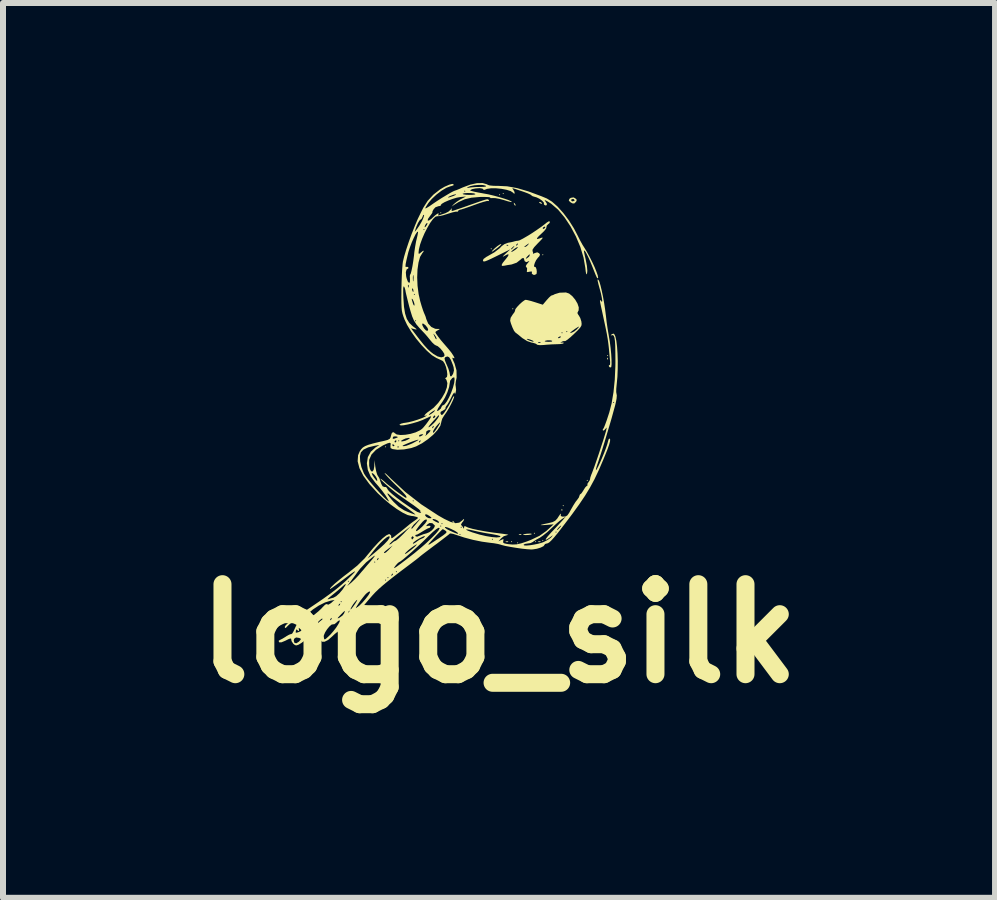
<source format=kicad_pcb>
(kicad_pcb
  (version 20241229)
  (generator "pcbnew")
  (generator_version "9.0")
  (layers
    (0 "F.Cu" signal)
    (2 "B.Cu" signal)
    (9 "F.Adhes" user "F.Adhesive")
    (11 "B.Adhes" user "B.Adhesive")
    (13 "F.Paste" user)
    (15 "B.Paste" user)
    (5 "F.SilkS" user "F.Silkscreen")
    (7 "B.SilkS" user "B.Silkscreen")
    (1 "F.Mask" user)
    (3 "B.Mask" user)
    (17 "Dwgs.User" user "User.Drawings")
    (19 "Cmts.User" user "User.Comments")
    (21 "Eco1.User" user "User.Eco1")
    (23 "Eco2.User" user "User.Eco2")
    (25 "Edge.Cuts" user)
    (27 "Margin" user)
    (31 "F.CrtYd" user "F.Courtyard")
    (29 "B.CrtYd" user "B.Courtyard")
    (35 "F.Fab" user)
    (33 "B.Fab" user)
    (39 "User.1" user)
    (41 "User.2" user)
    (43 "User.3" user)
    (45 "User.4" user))
  (footprint "logo_silk"
    (layer "F.Cu")
    (at 5.264 3.705)
    (property "Reference" "logo_silk" (at 0 3.8 0) (layer "F.SilkS") (effects (font (size 1.5 1.5) (thickness 0.3))))
    (attr board_only exclude_from_pos_files exclude_from_bom)
    (fp_poly (pts (xy -1.88 0.69) (xy -1.89 0.7) (xy -1.9 0.69) (xy -1.89 0.68)) (stroke (width 0) (type solid)) (fill yes) (layer "F.SilkS"))
    (fp_poly (pts (xy -1.3 1.77) (xy -1.31 1.78) (xy -1.32 1.77) (xy -1.31 1.76)) (stroke (width 0) (type solid)) (fill yes) (layer "F.SilkS"))
    (fp_poly (pts (xy -0.96 -3.21) (xy -0.97 -3.2) (xy -0.98 -3.21) (xy -0.97 -3.22)) (stroke (width 0) (type solid)) (fill yes) (layer "F.SilkS"))
    (fp_poly (pts (xy -0.12 -2.61) (xy -0.13 -2.6) (xy -0.14 -2.61) (xy -0.13 -2.62)) (stroke (width 0) (type solid)) (fill yes) (layer "F.SilkS"))
    (fp_poly (pts (xy 0.02 -3.51) (xy 0.01 -3.5) (xy 0 -3.51) (xy 0.01 -3.52)) (stroke (width 0) (type solid)) (fill yes) (layer "F.SilkS"))
    (fp_poly (pts (xy 0.08 -3.53) (xy 0.07 -3.52) (xy 0.06 -3.53) (xy 0.07 -3.54)) (stroke (width 0) (type solid)) (fill yes) (layer "F.SilkS"))
    (fp_poly (pts (xy 0.22 2.27) (xy 0.21 2.28) (xy 0.2 2.27) (xy 0.21 2.26)) (stroke (width 0) (type solid)) (fill yes) (layer "F.SilkS"))
    (fp_poly (pts (xy 0.24 -1.61) (xy 0.23 -1.6) (xy 0.22 -1.61) (xy 0.23 -1.62)) (stroke (width 0) (type solid)) (fill yes) (layer "F.SilkS"))
    (fp_poly (pts (xy 0.32 2.29) (xy 0.31 2.3) (xy 0.3 2.29) (xy 0.31 2.28)) (stroke (width 0) (type solid)) (fill yes) (layer "F.SilkS"))
    (fp_poly (pts (xy 0.6 2.13) (xy 0.59 2.14) (xy 0.58 2.13) (xy 0.59 2.12)) (stroke (width 0) (type solid)) (fill yes) (layer "F.SilkS"))
    (fp_poly (pts (xy 0.62 2.27) (xy 0.61 2.28) (xy 0.6 2.27) (xy 0.61 2.26)) (stroke (width 0) (type solid)) (fill yes) (layer "F.SilkS"))
    (fp_poly (pts (xy 0.74 -2.51) (xy 0.73 -2.5) (xy 0.72 -2.51) (xy 0.73 -2.52)) (stroke (width 0) (type solid)) (fill yes) (layer "F.SilkS"))
    (fp_poly (pts (xy 0.74 2.25) (xy 0.73 2.26) (xy 0.72 2.25) (xy 0.73 2.24)) (stroke (width 0) (type solid)) (fill yes) (layer "F.SilkS"))
    (fp_poly (pts (xy 1.08 1.67) (xy 1.07 1.68) (xy 1.06 1.67) (xy 1.07 1.66)) (stroke (width 0) (type solid)) (fill yes) (layer "F.SilkS"))
    (fp_poly (pts (xy 1.48 1.25) (xy 1.47 1.26) (xy 1.46 1.25) (xy 1.47 1.24)) (stroke (width 0) (type solid)) (fill yes) (layer "F.SilkS"))
    (fp_poly (pts (xy 1.82 -0.83) (xy 1.81 -0.82) (xy 1.8 -0.83) (xy 1.81 -0.84)) (stroke (width 0) (type solid)) (fill yes) (layer "F.SilkS"))
    (fp_poly (pts (xy 0.155 2.268) (xy 0.149 2.277) (xy 0.128 2.278) (xy 0.107 2.274) (xy 0.116 2.266) (xy 0.148 2.264)) (stroke (width 0) (type solid)) (fill yes) (layer "F.SilkS"))
    (fp_poly (pts (xy 0.375 2.148) (xy 0.369 2.157) (xy 0.348 2.158) (xy 0.327 2.154) (xy 0.336 2.146) (xy 0.368 2.144)) (stroke (width 0) (type solid)) (fill yes) (layer "F.SilkS"))
    (fp_poly (pts (xy 0.695 2.268) (xy 0.689 2.277) (xy 0.668 2.278) (xy 0.647 2.274) (xy 0.656 2.266) (xy 0.688 2.264)) (stroke (width 0) (type solid)) (fill yes) (layer "F.SilkS"))
    (fp_poly (pts (xy 1.053 1.727) (xy 1.056 1.75) (xy 1.053 1.753) (xy 1.041 1.751) (xy 1.04 1.74) (xy 1.047 1.724)) (stroke (width 0) (type solid)) (fill yes) (layer "F.SilkS"))
    (fp_poly (pts (xy 1.813 -0.793) (xy 1.816 -0.77) (xy 1.813 -0.767) (xy 1.801 -0.769) (xy 1.8 -0.78) (xy 1.807 -0.796)) (stroke (width 0) (type solid)) (fill yes) (layer "F.SilkS"))
    (fp_poly (pts (xy -0.763 1.928) (xy -0.742 1.948) (xy -0.746 1.96) (xy -0.749 1.96) (xy -0.766 1.946) (xy -0.772 1.937) (xy -0.774 1.923)) (stroke (width 0) (type solid)) (fill yes) (layer "F.SilkS"))
    (fp_poly (pts (xy 0.26 -3.368) (xy 0.262 -3.365) (xy 0.278 -3.339) (xy 0.276 -3.329) (xy 0.261 -3.335) (xy 0.251 -3.354) (xy 0.245 -3.378)) (stroke (width 0) (type solid)) (fill yes) (layer "F.SilkS"))
    (fp_poly (pts (xy 0.689 -3.388) (xy 0.717 -3.371) (xy 0.712 -3.361) (xy 0.701 -3.36) (xy 0.674 -3.375) (xy 0.67 -3.38) (xy 0.673 -3.391)) (stroke (width 0) (type solid)) (fill yes) (layer "F.SilkS"))
    (fp_poly (pts (xy 0.547 2.141) (xy 0.547 2.145) (xy 0.525 2.153) (xy 0.483 2.159) (xy 0.438 2.16) (xy 0.406 2.157) (xy 0.4 2.152) (xy 0.418 2.145) (xy 0.462 2.138) (xy 0.478 2.137) (xy 0.525 2.135)) (stroke (width 0) (type solid)) (fill yes) (layer "F.SilkS"))
    (fp_poly (pts (xy 0.039 -2.686) (xy 0.024 -2.667) (xy -0.015 -2.633) (xy -0.056 -2.602) (xy -0.104 -2.568) (xy -0.122 -2.561) (xy -0.11 -2.579) (xy -0.11 -2.579) (xy -0.071 -2.618) (xy -0.028 -2.654) (xy 0.011 -2.68) (xy 0.035 -2.69)) (stroke (width 0) (type solid)) (fill yes) (layer "F.SilkS"))
    (fp_poly (pts (xy 1.271 -3.451) (xy 1.296 -3.426) (xy 1.288 -3.4) (xy 1.282 -3.392) (xy 1.254 -3.365) (xy 1.225 -3.366) (xy 1.195 -3.382) (xy 1.163 -3.411) (xy 1.166 -3.42) (xy 1.2 -3.42) (xy 1.216 -3.402) (xy 1.23 -3.4) (xy 1.257 -3.411) (xy 1.26 -3.42) (xy 1.244 -3.438) (xy 1.23 -3.44) (xy 1.203 -3.429) (xy 1.2 -3.42) (xy 1.166 -3.42) (xy 1.172 -3.441) (xy 1.197 -3.459) (xy 1.242 -3.466)) (stroke (width 0) (type solid)) (fill yes) (layer "F.SilkS"))
    (fp_poly (pts (xy 1.66 -2.088) (xy 1.674 -2.058) (xy 1.692 -1.996) (xy 1.712 -1.912) (xy 1.733 -1.812) (xy 1.752 -1.705) (xy 1.768 -1.6) (xy 1.78 -1.505) (xy 1.781 -1.5) (xy 1.793 -1.393) (xy 1.81 -1.275) (xy 1.828 -1.171) (xy 1.828 -1.17) (xy 1.846 -1.065) (xy 1.86 -0.956) (xy 1.87 -0.852) (xy 1.875 -0.76) (xy 1.876 -0.688) (xy 1.871 -0.643) (xy 1.865 -0.633) (xy 1.842 -0.637) (xy 1.832 -0.651) (xy 1.831 -0.672) (xy 1.84 -0.67) (xy 1.85 -0.68) (xy 1.852 -0.722) (xy 1.85 -0.744) (xy 1.844 -0.812) (xy 1.836 -0.898) (xy 1.83 -0.96) (xy 1.822 -1.031) (xy 1.811 -1.11) (xy 1.795 -1.201) (xy 1.772 -1.314) (xy 1.742 -1.454) (xy 1.721 -1.552) (xy 1.699 -1.651) (xy 1.686 -1.715) (xy 1.682 -1.749) (xy 1.685 -1.758) (xy 1.696 -1.746) (xy 1.7 -1.74) (xy 1.716 -1.725) (xy 1.72 -1.745) (xy 1.713 -1.796) (xy 1.697 -1.872) (xy 1.68 -1.935) (xy 1.657 -2.019) (xy 1.645 -2.071) (xy 1.642 -2.095) (xy 1.648 -2.098)) (stroke (width 0) (type solid)) (fill yes) (layer "F.SilkS"))
    (fp_poly (pts (xy 1.168 -1.864) (xy 1.221 -1.821) (xy 1.27 -1.762) (xy 1.308 -1.697) (xy 1.329 -1.634) (xy 1.327 -1.583) (xy 1.319 -1.569) (xy 1.306 -1.54) (xy 1.323 -1.507) (xy 1.328 -1.502) (xy 1.354 -1.457) (xy 1.373 -1.397) (xy 1.373 -1.393) (xy 1.377 -1.357) (xy 1.372 -1.327) (xy 1.352 -1.295) (xy 1.313 -1.252) (xy 1.25 -1.191) (xy 1.189 -1.135) (xy 1.139 -1.094) (xy 1.106 -1.073) (xy 1.097 -1.072) (xy 1.069 -1.071) (xy 1.045 -1.06) (xy 1.021 -1.043) (xy 1.031 -1.044) (xy 1.045 -1.048) (xy 1.074 -1.048) (xy 1.08 -1.039) (xy 1.062 -1.029) (xy 1.015 -1.022) (xy 0.965 -1.02) (xy 0.877 -1.017) (xy 0.786 -1.011) (xy 0.748 -1.007) (xy 0.683 -1.004) (xy 0.642 -1.009) (xy 0.633 -1.015) (xy 0.607 -1.031) (xy 0.558 -1.045) (xy 0.556 -1.045) (xy 0.649 -1.045) (xy 0.668 -1.042) (xy 0.694 -1.045) (xy 0.695 -1.052) (xy 0.668 -1.057) (xy 0.656 -1.054) (xy 0.649 -1.045) (xy 0.556 -1.045) (xy 0.542 -1.047) (xy 0.469 -1.072) (xy 0.415 -1.106) (xy 0.461 -1.106) (xy 0.482 -1.091) (xy 0.505 -1.081) (xy 0.559 -1.063) (xy 0.58 -1.066) (xy 0.58 -1.068) (xy 0.76 -1.068) (xy 0.778 -1.063) (xy 0.822 -1.06) (xy 0.835 -1.06) (xy 0.88 -1.064) (xy 0.888 -1.074) (xy 0.884 -1.077) (xy 0.853 -1.085) (xy 0.81 -1.085) (xy 0.773 -1.078) (xy 0.76 -1.068) (xy 0.58 -1.068) (xy 0.58 -1.068) (xy 0.563 -1.079) (xy 0.523 -1.096) (xy 0.52 -1.097) (xy 0.475 -1.109) (xy 0.461 -1.106) (xy 0.415 -1.106) (xy 0.392 -1.12) (xy 0.38 -1.13) (xy 0.378 -1.131) (xy 0.983 -1.131) (xy 0.988 -1.121) (xy 0.999 -1.12) (xy 1.026 -1.135) (xy 1.03 -1.14) (xy 1.027 -1.151) (xy 1.011 -1.148) (xy 0.983 -1.131) (xy 0.378 -1.131) (xy 0.329 -1.172) (xy 0.288 -1.204) (xy 0.28 -1.21) (xy 1.04 -1.21) (xy 1.05 -1.2) (xy 1.057 -1.207) (xy 1.187 -1.207) (xy 1.213 -1.213) (xy 1.257 -1.235) (xy 1.302 -1.273) (xy 1.303 -1.275) (xy 1.331 -1.306) (xy 1.332 -1.314) (xy 1.31 -1.303) (xy 1.265 -1.274) (xy 1.22 -1.241) (xy 1.188 -1.215) (xy 1.187 -1.207) (xy 1.057 -1.207) (xy 1.06 -1.21) (xy 1.05 -1.22) (xy 1.04 -1.21) (xy 0.28 -1.21) (xy 0.273 -1.215) (xy 0.261 -1.23) (xy 1.12 -1.23) (xy 1.13 -1.22) (xy 1.14 -1.23) (xy 1.13 -1.24) (xy 1.12 -1.23) (xy 0.261 -1.23) (xy 0.25 -1.244) (xy 0.224 -1.299) (xy 0.199 -1.365) (xy 0.186 -1.411) (xy 0.194 -1.46) (xy 0.228 -1.514) (xy 0.258 -1.554) (xy 0.269 -1.581) (xy 0.268 -1.585) (xy 0.274 -1.605) (xy 0.301 -1.64) (xy 0.341 -1.683) (xy 0.385 -1.723) (xy 0.423 -1.751) (xy 0.444 -1.76) (xy 0.478 -1.754) (xy 0.537 -1.739) (xy 0.602 -1.719) (xy 0.73 -1.678) (xy 0.794 -1.754) (xy 0.834 -1.798) (xy 0.865 -1.826) (xy 0.874 -1.831) (xy 0.903 -1.84) (xy 0.93 -1.854) (xy 1.009 -1.878) (xy 1.116 -1.882)) (stroke (width 0) (type solid)) (fill yes) (layer "F.SilkS"))
    (fp_poly (pts (xy 0.848 -3.063) (xy 0.843 -3.039) (xy 0.821 -3.021) (xy 0.794 -2.994) (xy 0.792 -2.973) (xy 0.784 -2.945) (xy 0.752 -2.905) (xy 0.726 -2.88) (xy 0.664 -2.822) (xy 0.633 -2.786) (xy 0.636 -2.772) (xy 0.67 -2.78) (xy 0.67 -2.78) (xy 0.712 -2.795) (xy 0.729 -2.795) (xy 0.72 -2.778) (xy 0.685 -2.74) (xy 0.643 -2.697) (xy 0.586 -2.636) (xy 0.559 -2.595) (xy 0.559 -2.571) (xy 0.56 -2.57) (xy 0.569 -2.541) (xy 0.565 -2.53) (xy 0.568 -2.526) (xy 0.595 -2.538) (xy 0.637 -2.551) (xy 0.668 -2.536) (xy 0.668 -2.536) (xy 0.683 -2.514) (xy 0.674 -2.488) (xy 0.645 -2.456) (xy 0.618 -2.419) (xy 0.597 -2.375) (xy 0.585 -2.335) (xy 0.585 -2.31) (xy 0.599 -2.309) (xy 0.613 -2.301) (xy 0.625 -2.269) (xy 0.63 -2.228) (xy 0.626 -2.194) (xy 0.623 -2.189) (xy 0.595 -2.175) (xy 0.574 -2.176) (xy 0.547 -2.194) (xy 0.548 -2.212) (xy 0.548 -2.231) (xy 0.519 -2.23) (xy 0.506 -2.227) (xy 0.47 -2.221) (xy 0.462 -2.235) (xy 0.467 -2.25) (xy 0.468 -2.289) (xy 0.456 -2.302) (xy 0.446 -2.321) (xy 0.464 -2.354) (xy 0.481 -2.373) (xy 0.504 -2.402) (xy 0.503 -2.407) (xy 0.496 -2.403) (xy 0.455 -2.387) (xy 0.427 -2.404) (xy 0.42 -2.431) (xy 0.412 -2.452) (xy 0.447 -2.452) (xy 0.452 -2.447) (xy 0.465 -2.451) (xy 0.499 -2.477) (xy 0.508 -2.492) (xy 0.514 -2.517) (xy 0.5 -2.511) (xy 0.469 -2.479) (xy 0.447 -2.452) (xy 0.412 -2.452) (xy 0.409 -2.457) (xy 0.383 -2.451) (xy 0.359 -2.429) (xy 0.294 -2.378) (xy 0.211 -2.349) (xy 0.2 -2.347) (xy 0.14 -2.338) (xy 0.095 -2.329) (xy 0.055 -2.324) (xy 0.043 -2.337) (xy 0.06 -2.372) (xy 0.106 -2.43) (xy 0.112 -2.436) (xy 0.151 -2.488) (xy 0.161 -2.515) (xy 0.14 -2.516) (xy 0.089 -2.49) (xy 0.084 -2.487) (xy 0.062 -2.477) (xy 0.07 -2.49) (xy 0.109 -2.528) (xy 0.11 -2.528) (xy 0.147 -2.562) (xy 0.204 -2.562) (xy 0.206 -2.556) (xy 0.231 -2.567) (xy 0.271 -2.593) (xy 0.29 -2.608) (xy 0.313 -2.63) (xy 0.31 -2.639) (xy 0.283 -2.627) (xy 0.241 -2.597) (xy 0.23 -2.588) (xy 0.204 -2.562) (xy 0.147 -2.562) (xy 0.19 -2.602) (xy 0.08 -2.547) (xy -0.038 -2.489) (xy -0.124 -2.447) (xy -0.185 -2.419) (xy -0.225 -2.403) (xy -0.249 -2.398) (xy -0.261 -2.401) (xy -0.268 -2.411) (xy -0.268 -2.412) (xy -0.258 -2.44) (xy -0.21 -2.475) (xy -0.195 -2.483) (xy -0.075 -2.552) (xy 0.004 -2.613) (xy 0.204 -2.613) (xy 0.204 -2.6) (xy 0.208 -2.6) (xy 0.224 -2.614) (xy 0.243 -2.635) (xy 0.25 -2.646) (xy 0.422 -2.646) (xy 0.428 -2.64) (xy 0.434 -2.64) (xy 0.462 -2.654) (xy 0.483 -2.675) (xy 0.5 -2.698) (xy 0.49 -2.695) (xy 0.47 -2.681) (xy 0.436 -2.656) (xy 0.422 -2.646) (xy 0.25 -2.646) (xy 0.26 -2.659) (xy 0.249 -2.654) (xy 0.235 -2.643) (xy 0.204 -2.613) (xy 0.004 -2.613) (xy 0.015 -2.622) (xy 0.045 -2.654) (xy 0.071 -2.673) (xy 0.127 -2.673) (xy 0.129 -2.661) (xy 0.14 -2.66) (xy 0.143 -2.661) (xy 0.285 -2.661) (xy 0.288 -2.66) (xy 0.306 -2.674) (xy 0.31 -2.68) (xy 0.315 -2.699) (xy 0.312 -2.7) (xy 0.294 -2.686) (xy 0.29 -2.68) (xy 0.285 -2.661) (xy 0.143 -2.661) (xy 0.156 -2.667) (xy 0.153 -2.673) (xy 0.13 -2.676) (xy 0.127 -2.673) (xy 0.071 -2.673) (xy 0.09 -2.687) (xy 0.149 -2.71) (xy 0.156 -2.711) (xy 0.213 -2.722) (xy 0.256 -2.733) (xy 0.26 -2.735) (xy 0.301 -2.743) (xy 0.314 -2.743) (xy 0.343 -2.751) (xy 0.398 -2.779) (xy 0.469 -2.82) (xy 0.55 -2.87) (xy 0.632 -2.925) (xy 0.682 -2.96) (xy 0.73 -2.96) (xy 0.731 -2.942) (xy 0.738 -2.94) (xy 0.766 -2.955) (xy 0.77 -2.96) (xy 0.769 -2.978) (xy 0.762 -2.98) (xy 0.734 -2.965) (xy 0.73 -2.96) (xy 0.682 -2.96) (xy 0.709 -2.979) (xy 0.773 -3.028) (xy 0.793 -3.045) (xy 0.83 -3.068)) (stroke (width 0) (type solid)) (fill yes) (layer "F.SilkS"))
    (fp_poly (pts (xy -0.2 -3.684) (xy -0.184 -3.674) (xy -0.153 -3.665) (xy -0.093 -3.659) (xy -0.019 -3.658) (xy -0.013 -3.658) (xy 0.135 -3.651) (xy 0.302 -3.621) (xy 0.49 -3.566) (xy 0.703 -3.487) (xy 0.797 -3.448) (xy 0.882 -3.396) (xy 0.975 -3.314) (xy 1.071 -3.207) (xy 1.164 -3.084) (xy 1.249 -2.949) (xy 1.311 -2.83) (xy 1.35 -2.752) (xy 1.393 -2.674) (xy 1.421 -2.63) (xy 1.464 -2.56) (xy 1.509 -2.477) (xy 1.554 -2.388) (xy 1.594 -2.302) (xy 1.625 -2.224) (xy 1.646 -2.164) (xy 1.652 -2.128) (xy 1.65 -2.123) (xy 1.643 -2.118) (xy 1.636 -2.122) (xy 1.626 -2.14) (xy 1.609 -2.178) (xy 1.583 -2.243) (xy 1.552 -2.321) (xy 1.516 -2.408) (xy 1.481 -2.484) (xy 1.452 -2.541) (xy 1.44 -2.561) (xy 1.423 -2.58) (xy 1.415 -2.582) (xy 1.417 -2.559) (xy 1.427 -2.508) (xy 1.444 -2.433) (xy 1.465 -2.324) (xy 1.472 -2.243) (xy 1.468 -2.204) (xy 1.46 -2.183) (xy 1.453 -2.191) (xy 1.445 -2.232) (xy 1.438 -2.295) (xy 1.409 -2.462) (xy 1.356 -2.638) (xy 1.282 -2.814) (xy 1.193 -2.981) (xy 1.092 -3.133) (xy 0.985 -3.261) (xy 0.874 -3.357) (xy 0.87 -3.36) (xy 0.813 -3.397) (xy 0.775 -3.417) (xy 0.76 -3.418) (xy 0.773 -3.399) (xy 0.776 -3.396) (xy 0.797 -3.362) (xy 0.796 -3.337) (xy 0.773 -3.332) (xy 0.769 -3.333) (xy 0.748 -3.349) (xy 0.749 -3.356) (xy 0.748 -3.378) (xy 0.721 -3.409) (xy 0.678 -3.441) (xy 0.63 -3.465) (xy 0.607 -3.472) (xy 0.562 -3.485) (xy 0.54 -3.499) (xy 0.54 -3.501) (xy 0.522 -3.514) (xy 0.476 -3.535) (xy 0.411 -3.559) (xy 0.405 -3.561) (xy 0.333 -3.585) (xy 0.274 -3.605) (xy 0.24 -3.616) (xy 0.24 -3.616) (xy 0.221 -3.619) (xy 0.233 -3.601) (xy 0.235 -3.599) (xy 0.257 -3.56) (xy 0.26 -3.542) (xy 0.256 -3.524) (xy 0.24 -3.538) (xy 0.235 -3.544) (xy 0.195 -3.571) (xy 0.126 -3.593) (xy 0.041 -3.609) (xy -0.05 -3.618) (xy -0.134 -3.618) (xy -0.2 -3.608) (xy -0.221 -3.599) (xy -0.253 -3.589) (xy -0.26 -3.599) (xy -0.277 -3.613) (xy -0.32 -3.62) (xy -0.325 -3.62) (xy -0.391 -3.615) (xy -0.446 -3.604) (xy -0.477 -3.589) (xy -0.48 -3.582) (xy -0.462 -3.574) (xy -0.412 -3.561) (xy -0.338 -3.546) (xy -0.265 -3.533) (xy -0.178 -3.517) (xy -0.085 -3.495) (xy 0.007 -3.47) (xy 0.09 -3.445) (xy 0.158 -3.422) (xy 0.202 -3.402) (xy 0.215 -3.389) (xy 0.214 -3.388) (xy 0.193 -3.39) (xy 0.144 -3.402) (xy 0.08 -3.422) (xy 0.005 -3.442) (xy -0.062 -3.454) (xy -0.103 -3.455) (xy -0.139 -3.454) (xy -0.148 -3.463) (xy -0.162 -3.47) (xy -0.208 -3.473) (xy -0.277 -3.474) (xy -0.324 -3.473) (xy -0.459 -3.461) (xy -0.57 -3.435) (xy -0.67 -3.39) (xy -0.74 -3.347) (xy -0.79 -3.313) (xy -0.75 -3.356) (xy -0.706 -3.392) (xy -0.647 -3.431) (xy -0.63 -3.44) (xy -0.55 -3.481) (xy -0.645 -3.472) (xy -0.705 -3.461) (xy -0.775 -3.44) (xy -0.845 -3.414) (xy -0.908 -3.386) (xy -0.952 -3.36) (xy -0.969 -3.341) (xy -0.968 -3.337) (xy -0.977 -3.324) (xy -1.007 -3.32) (xy -1.058 -3.302) (xy -1.088 -3.27) (xy -1.108 -3.235) (xy -1.109 -3.22) (xy -1.109 -3.22) (xy -1.112 -3.207) (xy -1.136 -3.173) (xy -1.148 -3.158) (xy -1.183 -3.108) (xy -1.188 -3.081) (xy -1.168 -3.08) (xy -1.126 -3.109) (xy -1.105 -3.129) (xy -1.059 -3.171) (xy -1.023 -3.196) (xy -1.005 -3.2) (xy -1.009 -3.182) (xy -1.012 -3.177) (xy -1.012 -3.163) (xy -0.998 -3.166) (xy -0.961 -3.18) (xy -0.907 -3.198) (xy -0.897 -3.201) (xy -0.843 -3.228) (xy -0.805 -3.262) (xy -0.801 -3.268) (xy -0.788 -3.289) (xy -0.789 -3.275) (xy -0.79 -3.246) (xy -0.782 -3.24) (xy -0.758 -3.246) (xy -0.704 -3.264) (xy -0.627 -3.29) (xy -0.535 -3.322) (xy -0.508 -3.332) (xy -0.391 -3.373) (xy -0.306 -3.403) (xy -0.248 -3.422) (xy -0.211 -3.433) (xy -0.19 -3.435) (xy -0.179 -3.432) (xy -0.172 -3.423) (xy -0.169 -3.419) (xy -0.165 -3.403) (xy -0.176 -3.407) (xy -0.202 -3.406) (xy -0.257 -3.392) (xy -0.333 -3.368) (xy -0.411 -3.34) (xy -0.499 -3.308) (xy -0.575 -3.282) (xy -0.629 -3.265) (xy -0.653 -3.26) (xy -0.678 -3.248) (xy -0.68 -3.239) (xy -0.692 -3.226) (xy -0.698 -3.228) (xy -0.724 -3.228) (xy -0.777 -3.216) (xy -0.846 -3.195) (xy -0.858 -3.191) (xy -0.931 -3.168) (xy -0.991 -3.155) (xy -1.027 -3.152) (xy -1.029 -3.153) (xy -1.06 -3.144) (xy -1.1 -3.105) (xy -1.146 -3.042) (xy -1.193 -2.961) (xy -1.24 -2.87) (xy -1.281 -2.775) (xy -1.314 -2.683) (xy -1.334 -2.602) (xy -1.34 -2.549) (xy -1.337 -2.525) (xy -1.322 -2.531) (xy -1.303 -2.547) (xy -1.267 -2.575) (xy -1.252 -2.577) (xy -1.263 -2.555) (xy -1.277 -2.538) (xy -1.315 -2.475) (xy -1.341 -2.381) (xy -1.358 -2.264) (xy -1.363 -2.131) (xy -1.357 -1.992) (xy -1.339 -1.854) (xy -1.313 -1.738) (xy -1.289 -1.656) (xy -1.266 -1.586) (xy -1.248 -1.538) (xy -1.243 -1.528) (xy -1.222 -1.477) (xy -1.212 -1.44) (xy -1.18 -1.364) (xy -1.127 -1.307) (xy -1.063 -1.277) (xy -1.038 -1.275) (xy -0.995 -1.274) (xy -0.989 -1.269) (xy -1.014 -1.255) (xy -1.015 -1.255) (xy -1.049 -1.234) (xy -1.06 -1.221) (xy -1.048 -1.195) (xy -1.015 -1.148) (xy -0.969 -1.088) (xy -0.916 -1.026) (xy -0.896 -1.003) (xy -0.84 -0.938) (xy -0.793 -0.879) (xy -0.76 -0.829) (xy -0.743 -0.796) (xy -0.746 -0.784) (xy -0.76 -0.79) (xy -0.775 -0.797) (xy -0.777 -0.786) (xy -0.764 -0.751) (xy -0.74 -0.697) (xy -0.708 -0.584) (xy -0.706 -0.464) (xy -0.719 -0.4) (xy -0.725 -0.346) (xy -0.72 -0.31) (xy -0.715 -0.26) (xy -0.721 -0.22) (xy -0.732 -0.189) (xy -0.737 -0.196) (xy -0.738 -0.21) (xy -0.746 -0.215) (xy -0.767 -0.188) (xy -0.796 -0.131) (xy -0.798 -0.127) (xy -0.831 -0.063) (xy -0.86 -0.014) (xy -0.878 0.009) (xy -0.892 0.033) (xy -0.889 0.041) (xy -0.897 0.062) (xy -0.929 0.083) (xy -0.969 0.105) (xy -0.977 0.128) (xy -0.963 0.156) (xy -0.946 0.158) (xy -0.917 0.128) (xy -0.874 0.064) (xy -0.833 -0.005) (xy -0.799 -0.069) (xy -0.78 -0.11) (xy -0.762 -0.145) (xy -0.748 -0.154) (xy -0.747 -0.154) (xy -0.75 -0.131) (xy -0.768 -0.084) (xy -0.798 -0.022) (xy -0.834 0.046) (xy -0.872 0.109) (xy -0.906 0.158) (xy -0.912 0.166) (xy -0.944 0.218) (xy -0.96 0.268) (xy -0.96 0.273) (xy -0.977 0.338) (xy -1.025 0.411) (xy -1.096 0.489) (xy -1.184 0.563) (xy -1.281 0.63) (xy -1.382 0.683) (xy -1.461 0.71) (xy -1.581 0.733) (xy -1.693 0.739) (xy -1.775 0.727) (xy -1.807 0.71) (xy -1.808 0.687) (xy -1.693 0.687) (xy -1.691 0.699) (xy -1.68 0.7) (xy -1.664 0.693) (xy -1.667 0.687) (xy -1.69 0.684) (xy -1.693 0.687) (xy -1.808 0.687) (xy -1.809 0.674) (xy -1.808 0.668) (xy -1.807 0.659) (xy -1.78 0.659) (xy -1.765 0.679) (xy -1.76 0.68) (xy -1.751 0.677) (xy -1.607 0.677) (xy -1.584 0.679) (xy -1.541 0.671) (xy -1.48 0.648) (xy -1.439 0.63) (xy -1.419 0.619) (xy -1.335 0.619) (xy -1.332 0.62) (xy -1.314 0.606) (xy -1.31 0.6) (xy -1.305 0.581) (xy -1.308 0.58) (xy -1.326 0.594) (xy -1.33 0.6) (xy -1.335 0.619) (xy -1.419 0.619) (xy -1.385 0.601) (xy -1.349 0.58) (xy -1.34 0.572) (xy -1.357 0.573) (xy -1.4 0.586) (xy -1.46 0.607) (xy -1.527 0.634) (xy -1.56 0.648) (xy -1.601 0.667) (xy -1.607 0.677) (xy -1.751 0.677) (xy -1.741 0.673) (xy -1.74 0.671) (xy -1.754 0.654) (xy -1.76 0.65) (xy -1.778 0.652) (xy -1.78 0.659) (xy -1.807 0.659) (xy -1.804 0.634) (xy -1.819 0.622) (xy -1.858 0.632) (xy -1.924 0.662) (xy -1.936 0.668) (xy -2.05 0.74) (xy -2.125 0.819) (xy -2.163 0.907) (xy -2.163 1.007) (xy -2.151 1.058) (xy -2.13 1.097) (xy -2.107 1.101) (xy -2.088 1.073) (xy -2.078 1.016) (xy -2.077 1.005) (xy -2.075 0.91) (xy -2.06 1.025) (xy -2.047 1.094) (xy -2.031 1.149) (xy -2.019 1.172) (xy -1.995 1.209) (xy -1.988 1.227) (xy -1.978 1.261) (xy -1.962 1.305) (xy -1.94 1.347) (xy -1.909 1.36) (xy -1.886 1.359) (xy -1.869 1.373) (xy -1.857 1.397) (xy -1.833 1.428) (xy -1.78 1.477) (xy -1.702 1.54) (xy -1.604 1.613) (xy -1.49 1.692) (xy -1.434 1.73) (xy -1.363 1.773) (xy -1.317 1.79) (xy -1.298 1.786) (xy -1.3 1.766) (xy -1.333 1.731) (xy -1.4 1.68) (xy -1.423 1.663) (xy -1.506 1.606) (xy -1.529 1.59) (xy -1.44 1.59) (xy -1.43 1.6) (xy -1.42 1.59) (xy -1.43 1.58) (xy -1.44 1.59) (xy -1.529 1.59) (xy -1.59 1.547) (xy -1.661 1.497) (xy -1.672 1.49) (xy -1.728 1.448) (xy -1.791 1.397) (xy -1.853 1.344) (xy -1.909 1.294) (xy -1.952 1.253) (xy -1.975 1.227) (xy -1.976 1.22) (xy -1.954 1.233) (xy -1.916 1.263) (xy -1.906 1.272) (xy -1.868 1.306) (xy -1.812 1.35) (xy -1.747 1.401) (xy -1.68 1.451) (xy -1.619 1.495) (xy -1.574 1.527) (xy -1.551 1.54) (xy -1.55 1.54) (xy -1.538 1.53) (xy -1.554 1.499) (xy -1.6 1.447) (xy -1.674 1.371) (xy -1.712 1.335) (xy -1.781 1.267) (xy -1.841 1.205) (xy -1.885 1.157) (xy -1.905 1.131) (xy -1.902 1.126) (xy -1.876 1.146) (xy -1.832 1.188) (xy -1.798 1.222) (xy -1.562 1.441) (xy -1.296 1.648) (xy -1.013 1.833) (xy -0.911 1.891) (xy -0.806 1.941) (xy -0.725 1.962) (xy -0.662 1.953) (xy -0.615 1.918) (xy -0.59 1.894) (xy -0.58 1.896) (xy -0.593 1.926) (xy -0.613 1.95) (xy -0.633 1.982) (xy -0.626 1.997) (xy -0.601 2.026) (xy -0.595 2.04) (xy -0.585 2.055) (xy -0.582 2.033) (xy -0.582 2.033) (xy -0.574 2.008) (xy -0.554 2.017) (xy -0.515 2.035) (xy -0.443 2.056) (xy -0.345 2.077) (xy -0.226 2.099) (xy -0.094 2.119) (xy -0.01 2.129) (xy 0.071 2.14) (xy 0.128 2.148) (xy 0.155 2.155) (xy 0.148 2.158) (xy 0.08 2.179) (xy 0.038 2.213) (xy -0.01 2.265) (xy 0.037 2.241) (xy 0.07 2.227) (xy 0.076 2.236) (xy 0.071 2.257) (xy 0.068 2.282) (xy 0.085 2.297) (xy 0.132 2.308) (xy 0.15 2.311) (xy 0.224 2.318) (xy 0.293 2.315) (xy 0.37 2.298) (xy 0.464 2.267) (xy 0.535 2.239) (xy 0.674 2.173) (xy 0.787 2.093) (xy 0.804 2.078) (xy 0.91 1.981) (xy 0.79 1.991) (xy 0.724 1.995) (xy 0.695 1.994) (xy 0.705 1.988) (xy 0.753 1.976) (xy 0.825 1.961) (xy 0.893 1.944) (xy 0.936 1.922) (xy 0.97 1.886) (xy 0.991 1.854) (xy 1.018 1.814) (xy 1.031 1.802) (xy 1.031 1.812) (xy 1.029 1.841) (xy 1.051 1.852) (xy 1.078 1.853) (xy 1.113 1.849) (xy 1.14 1.831) (xy 1.169 1.79) (xy 1.199 1.735) (xy 1.238 1.667) (xy 1.276 1.607) (xy 1.301 1.575) (xy 1.33 1.535) (xy 1.34 1.506) (xy 1.349 1.482) (xy 1.355 1.48) (xy 1.374 1.464) (xy 1.401 1.424) (xy 1.409 1.41) (xy 1.437 1.366) (xy 1.462 1.341) (xy 1.466 1.34) (xy 1.477 1.331) (xy 1.473 1.327) (xy 1.474 1.304) (xy 1.491 1.279) (xy 1.513 1.245) (xy 1.517 1.228) (xy 1.522 1.2) (xy 1.539 1.151) (xy 1.548 1.13) (xy 1.567 1.08) (xy 1.596 1.001) (xy 1.63 0.903) (xy 1.667 0.794) (xy 1.703 0.683) (xy 1.737 0.58) (xy 1.764 0.492) (xy 1.783 0.428) (xy 1.787 0.41) (xy 1.794 0.373) (xy 1.788 0.372) (xy 1.779 0.385) (xy 1.752 0.414) (xy 1.737 0.42) (xy 1.726 0.409) (xy 1.734 0.395) (xy 1.749 0.369) (xy 1.768 0.321) (xy 1.795 0.247) (xy 1.83 0.14) (xy 1.837 0.119) (xy 1.877 -0.036) (xy 1.879 -0.05) (xy 1.9 -0.05) (xy 1.91 -0.04) (xy 1.92 -0.05) (xy 1.91 -0.06) (xy 1.9 -0.05) (xy 1.879 -0.05) (xy 1.908 -0.222) (xy 1.929 -0.43) (xy 1.939 -0.651) (xy 1.94 -0.723) (xy 1.939 -0.874) (xy 1.937 -0.99) (xy 1.932 -1.073) (xy 1.924 -1.129) (xy 1.912 -1.16) (xy 1.897 -1.172) (xy 1.882 -1.17) (xy 1.861 -1.165) (xy 1.874 -1.182) (xy 1.875 -1.183) (xy 1.905 -1.197) (xy 1.92 -1.188) (xy 1.939 -1.149) (xy 1.955 -1.077) (xy 1.967 -0.98) (xy 1.975 -0.864) (xy 1.979 -0.737) (xy 1.978 -0.606) (xy 1.973 -0.478) (xy 1.962 -0.36) (xy 1.961 -0.35) (xy 1.954 -0.278) (xy 1.953 -0.223) (xy 1.958 -0.194) (xy 1.958 -0.194) (xy 1.963 -0.167) (xy 1.959 -0.114) (xy 1.95 -0.064) (xy 1.935 0.000237) (xy 1.909 0.094) (xy 1.877 0.211) (xy 1.839 0.341) (xy 1.798 0.478) (xy 1.758 0.613) (xy 1.719 0.739) (xy 1.684 0.847) (xy 1.657 0.929) (xy 1.651 0.946) (xy 1.629 1.011) (xy 1.616 1.059) (xy 1.615 1.08) (xy 1.616 1.08) (xy 1.63 1.062) (xy 1.654 1.016) (xy 1.685 0.949) (xy 1.719 0.87) (xy 1.753 0.788) (xy 1.782 0.711) (xy 1.804 0.647) (xy 1.814 0.608) (xy 1.826 0.566) (xy 1.84 0.551) (xy 1.843 0.552) (xy 1.852 0.567) (xy 1.85 0.599) (xy 1.836 0.651) (xy 1.809 0.728) (xy 1.766 0.835) (xy 1.736 0.908) (xy 1.663 1.078) (xy 1.592 1.228) (xy 1.517 1.367) (xy 1.434 1.504) (xy 1.337 1.648) (xy 1.221 1.809) (xy 1.16 1.89) (xy 1.061 2.02) (xy 0.983 2.121) (xy 0.922 2.195) (xy 0.875 2.247) (xy 0.84 2.28) (xy 0.815 2.296) (xy 0.798 2.3) (xy 0.767 2.309) (xy 0.76 2.321) (xy 0.742 2.345) (xy 0.696 2.368) (xy 0.632 2.388) (xy 0.563 2.399) (xy 0.534 2.4) (xy 0.471 2.396) (xy 0.384 2.387) (xy 0.287 2.373) (xy 0.19 2.357) (xy 0.104 2.341) (xy 0.042 2.325) (xy 0.03 2.321) (xy 0.409 2.321) (xy 0.417 2.332) (xy 0.455 2.335) (xy 0.514 2.33) (xy 0.583 2.319) (xy 0.655 2.304) (xy 0.72 2.285) (xy 0.744 2.276) (xy 0.806 2.244) (xy 0.858 2.209) (xy 0.874 2.194) (xy 0.895 2.168) (xy 0.893 2.166) (xy 0.863 2.188) (xy 0.852 2.196) (xy 0.801 2.231) (xy 0.778 2.24) (xy 0.781 2.223) (xy 0.81 2.184) (xy 0.865 2.122) (xy 0.876 2.11) (xy 0.94 2.11) (xy 0.95 2.12) (xy 0.96 2.11) (xy 0.95 2.1) (xy 0.94 2.11) (xy 0.876 2.11) (xy 0.881 2.105) (xy 0.905 2.08) (xy 0.964 2.08) (xy 0.983 2.067) (xy 1.01 2.04) (xy 1.033 2.011) (xy 1.036 2) (xy 1.017 2.013) (xy 0.99 2.04) (xy 0.967 2.069) (xy 0.964 2.08) (xy 0.905 2.08) (xy 0.945 2.038) (xy 1.004 1.974) (xy 1.049 1.925) (xy 1.061 1.912) (xy 1.11 1.854) (xy 1.052 1.891) (xy 1.011 1.923) (xy 0.953 1.973) (xy 0.889 2.033) (xy 0.872 2.049) (xy 0.805 2.111) (xy 0.736 2.166) (xy 0.68 2.205) (xy 0.67 2.21) (xy 0.615 2.24) (xy 0.572 2.268) (xy 0.564 2.275) (xy 0.525 2.294) (xy 0.48 2.3) (xy 0.434 2.307) (xy 0.409 2.321) (xy 0.03 2.321) (xy 0.024 2.319) (xy -0.019 2.308) (xy -0.087 2.296) (xy -0.156 2.288) (xy -0.285 2.27) (xy -0.432 2.24) (xy -0.47 2.23) (xy -0.12 2.23) (xy -0.11 2.24) (xy -0.1 2.23) (xy -0.11 2.22) (xy -0.12 2.23) (xy -0.47 2.23) (xy -0.579 2.201) (xy -0.707 2.159) (xy -0.735 2.15) (xy -0.66 2.15) (xy -0.65 2.16) (xy -0.64 2.15) (xy -0.65 2.14) (xy -0.66 2.15) (xy -0.735 2.15) (xy -0.765 2.14) (xy -0.806 2.133) (xy -0.819 2.135) (xy -0.838 2.152) (xy -0.884 2.188) (xy -0.949 2.238) (xy -1.029 2.299) (xy -1.07 2.329) (xy -1.155 2.393) (xy -1.228 2.448) (xy -1.283 2.49) (xy -1.315 2.516) (xy -1.32 2.52) (xy -1.339 2.536) (xy -1.383 2.571) (xy -1.445 2.618) (xy -1.49 2.652) (xy -1.639 2.764) (xy -1.76 2.857) (xy -1.857 2.934) (xy -1.937 3) (xy -2.003 3.058) (xy -2.06 3.113) (xy -2.112 3.169) (xy -2.165 3.23) (xy -2.195 3.265) (xy -2.296 3.385) (xy -2.392 3.495) (xy -2.48 3.59) (xy -2.555 3.668) (xy -2.614 3.724) (xy -2.653 3.755) (xy -2.665 3.76) (xy -2.692 3.773) (xy -2.736 3.808) (xy -2.78 3.85) (xy -2.847 3.908) (xy -2.905 3.937) (xy -2.949 3.937) (xy -2.973 3.91) (xy -2.986 3.897) (xy -3.012 3.905) (xy -3.059 3.939) (xy -3.063 3.942) (xy -3.115 3.979) (xy -3.149 3.992) (xy -3.159 3.983) (xy -3.147 3.956) (xy -3.129 3.92) (xy -3.108 3.868) (xy -3.108 3.865) (xy -3.101 3.845) (xy -2.92 3.845) (xy -2.915 3.885) (xy -2.904 3.9) (xy -2.883 3.887) (xy -2.844 3.852) (xy -2.806 3.815) (xy -2.759 3.761) (xy -2.714 3.703) (xy -2.679 3.648) (xy -2.669 3.63) (xy -2.587 3.63) (xy -2.493 3.541) (xy -2.446 3.494) (xy -2.412 3.46) (xy -2.4 3.446) (xy -2.411 3.437) (xy -2.441 3.458) (xy -2.484 3.503) (xy -2.511 3.535) (xy -2.587 3.63) (xy -2.669 3.63) (xy -2.656 3.605) (xy -2.653 3.582) (xy -2.657 3.58) (xy -2.682 3.593) (xy -2.71 3.62) (xy -2.742 3.645) (xy -2.765 3.647) (xy -2.79 3.652) (xy -2.826 3.683) (xy -2.864 3.729) (xy -2.897 3.781) (xy -2.917 3.828) (xy -2.92 3.845) (xy -3.101 3.845) (xy -3.085 3.8) (xy -3.137 3.841) (xy -3.228 3.911) (xy -3.294 3.959) (xy -3.34 3.987) (xy -3.372 3.998) (xy -3.396 3.995) (xy -3.418 3.979) (xy -3.429 3.969) (xy -3.454 3.931) (xy -3.458 3.918) (xy -3.42 3.918) (xy -3.408 3.956) (xy -3.377 3.963) (xy -3.336 3.938) (xy -3.33 3.932) (xy -3.303 3.901) (xy -3.304 3.886) (xy -3.329 3.874) (xy -3.381 3.866) (xy -3.413 3.888) (xy -3.42 3.918) (xy -3.458 3.918) (xy -3.46 3.909) (xy -3.463 3.888) (xy -3.476 3.883) (xy -3.509 3.895) (xy -3.563 3.922) (xy -3.624 3.947) (xy -3.66 3.947) (xy -3.666 3.942) (xy -3.671 3.921) (xy -3.648 3.907) (xy -3.607 3.886) (xy -3.554 3.854) (xy -3.543 3.846) (xy -3.497 3.82) (xy -3.465 3.809) (xy -3.46 3.81) (xy -3.444 3.799) (xy -3.434 3.782) (xy -3.388 3.782) (xy -3.373 3.787) (xy -3.336 3.776) (xy -3.3 3.758) (xy -3.292 3.743) (xy -3.293 3.742) (xy -3.318 3.72) (xy -3.195 3.72) (xy -3.175 3.707) (xy -3.155 3.69) (xy -3.09 3.69) (xy -3.02 3.63) (xy -2.977 3.593) (xy -2.959 3.579) (xy -2.815 3.579) (xy -2.812 3.58) (xy -2.794 3.566) (xy -2.79 3.56) (xy -2.787 3.547) (xy -2.69 3.547) (xy -2.676 3.545) (xy -2.655 3.535) (xy -2.608 3.501) (xy -2.581 3.465) (xy -2.579 3.459) (xy -2.515 3.459) (xy -2.512 3.46) (xy -2.494 3.446) (xy -2.49 3.44) (xy -2.485 3.421) (xy -2.488 3.42) (xy -2.506 3.434) (xy -2.51 3.44) (xy -2.515 3.459) (xy -2.579 3.459) (xy -2.568 3.432) (xy -2.57 3.424) (xy -2.593 3.442) (xy -2.638 3.488) (xy -2.64 3.49) (xy -2.678 3.53) (xy -2.69 3.547) (xy -2.787 3.547) (xy -2.785 3.541) (xy -2.788 3.54) (xy -2.806 3.554) (xy -2.81 3.56) (xy -2.815 3.579) (xy -2.959 3.579) (xy -2.947 3.569) (xy -2.942 3.565) (xy -2.943 3.55) (xy -2.961 3.558) (xy -2.995 3.588) (xy -3.021 3.615) (xy -3.09 3.69) (xy -3.155 3.69) (xy -3.136 3.673) (xy -3.102 3.64) (xy -3.062 3.597) (xy -3.039 3.568) (xy -3.038 3.56) (xy -3.058 3.573) (xy -3.097 3.607) (xy -3.13 3.64) (xy -3.17 3.683) (xy -3.193 3.712) (xy -3.195 3.72) (xy -3.318 3.72) (xy -3.322 3.716) (xy -3.328 3.71) (xy -3.338 3.706) (xy -3.334 3.725) (xy -3.331 3.754) (xy -3.339 3.76) (xy -3.361 3.744) (xy -3.365 3.736) (xy -3.375 3.732) (xy -3.384 3.754) (xy -3.388 3.782) (xy -3.434 3.782) (xy -3.422 3.761) (xy -3.41 3.735) (xy -3.395 3.702) (xy -3.28 3.702) (xy -3.268 3.719) (xy -3.241 3.71) (xy -3.22 3.69) (xy -3.204 3.659) (xy -3.207 3.647) (xy -3.229 3.647) (xy -3.258 3.668) (xy -3.278 3.694) (xy -3.28 3.702) (xy -3.395 3.702) (xy -3.378 3.666) (xy -3.372 3.655) (xy -3.333 3.655) (xy -3.331 3.66) (xy -3.31 3.649) (xy -3.265 3.62) (xy -3.202 3.578) (xy -3.191 3.57) (xy -3.14 3.57) (xy -3.13 3.58) (xy -3.12 3.57) (xy -3.13 3.56) (xy -3.14 3.57) (xy -3.191 3.57) (xy -3.16 3.548) (xy -3.082 3.491) (xy -3.01 3.432) (xy -2.966 3.391) (xy -2.473 3.391) (xy -2.472 3.4) (xy -2.456 3.385) (xy -2.45 3.377) (xy -2.385 3.377) (xy -2.383 3.38) (xy -2.362 3.366) (xy -2.322 3.331) (xy -2.275 3.284) (xy -2.218 3.218) (xy -2.176 3.163) (xy -2.152 3.123) (xy -2.148 3.101) (xy -2.166 3.102) (xy -2.201 3.126) (xy -2.23 3.154) (xy -2.267 3.2) (xy -2.308 3.253) (xy -2.345 3.307) (xy -2.373 3.351) (xy -2.385 3.377) (xy -2.45 3.377) (xy -2.426 3.346) (xy -2.397 3.305) (xy -2.37 3.261) (xy -2.361 3.239) (xy -2.372 3.244) (xy -2.4 3.275) (xy -2.432 3.317) (xy -2.458 3.36) (xy -2.473 3.391) (xy -2.966 3.391) (xy -2.955 3.38) (xy -2.94 3.363) (xy -2.916 3.339) (xy -2.675 3.339) (xy -2.672 3.34) (xy -2.654 3.326) (xy -2.65 3.32) (xy -2.645 3.301) (xy -2.648 3.3) (xy -2.666 3.314) (xy -2.67 3.32) (xy -2.675 3.339) (xy -2.916 3.339) (xy -2.896 3.319) (xy -2.869 3.309) (xy -2.864 3.313) (xy -2.843 3.32) (xy -2.803 3.296) (xy -2.794 3.289) (xy -2.773 3.27) (xy -2.64 3.27) (xy -2.63 3.28) (xy -2.62 3.27) (xy -2.63 3.26) (xy -2.64 3.27) (xy -2.773 3.27) (xy -2.739 3.241) (xy -2.804 3.253) (xy -2.899 3.283) (xy -3.003 3.335) (xy -3.101 3.4) (xy -3.141 3.434) (xy -3.19 3.48) (xy -3.239 3.533) (xy -3.284 3.585) (xy -3.317 3.628) (xy -3.333 3.655) (xy -3.372 3.655) (xy -3.341 3.602) (xy -3.332 3.59) (xy -3.298 3.544) (xy -3.275 3.508) (xy -3.273 3.505) (xy -3.277 3.5) (xy -3.305 3.514) (xy -3.349 3.541) (xy -3.401 3.577) (xy -3.453 3.615) (xy -3.496 3.651) (xy -3.524 3.678) (xy -3.527 3.681) (xy -3.552 3.707) (xy -3.566 3.706) (xy -3.569 3.689) (xy -3.556 3.666) (xy -3.524 3.634) (xy -3.47 3.591) (xy -3.39 3.533) (xy -3.281 3.459) (xy -3.219 3.418) (xy -3.054 3.307) (xy -2.934 3.225) (xy -2.854 3.225) (xy -2.853 3.232) (xy -2.85 3.231) (xy -2.799 3.214) (xy -2.757 3.203) (xy -2.712 3.178) (xy -2.658 3.129) (xy -2.604 3.065) (xy -2.568 3.01) (xy -2.529 3.01) (xy -2.458 2.95) (xy -2.416 2.91) (xy -1.9 2.91) (xy -1.89 2.92) (xy -1.88 2.91) (xy -1.89 2.9) (xy -1.9 2.91) (xy -2.416 2.91) (xy -2.402 2.897) (xy -2.376 2.87) (xy -1.86 2.87) (xy -1.85 2.88) (xy -1.84 2.87) (xy -1.85 2.86) (xy -1.86 2.87) (xy -2.376 2.87) (xy -2.347 2.839) (xy -1.795 2.839) (xy -1.792 2.84) (xy -1.774 2.826) (xy -1.77 2.82) (xy -1.765 2.801) (xy -1.768 2.8) (xy -1.786 2.814) (xy -1.79 2.82) (xy -1.795 2.839) (xy -2.347 2.839) (xy -2.341 2.833) (xy -2.319 2.807) (xy -2.288 2.77) (xy -1.72 2.77) (xy -1.71 2.78) (xy -1.7 2.77) (xy -1.71 2.76) (xy -1.72 2.77) (xy -2.288 2.77) (xy -2.271 2.751) (xy -2.236 2.71) (xy -1.749 2.71) (xy -1.737 2.707) (xy -1.704 2.686) (xy -1.647 2.644) (xy -1.563 2.581) (xy -1.511 2.541) (xy -1.402 2.456) (xy -1.298 2.369) (xy -1.244 2.322) (xy -1.177 2.322) (xy -1.156 2.314) (xy -1.107 2.283) (xy -1.027 2.23) (xy -1.002 2.214) (xy -0.932 2.166) (xy -0.891 2.134) (xy -0.874 2.114) (xy -0.878 2.099) (xy -0.891 2.087) (xy -0.924 2.067) (xy -0.939 2.062) (xy -0.956 2.077) (xy -0.994 2.115) (xy -1.046 2.169) (xy -1.08 2.206) (xy -1.137 2.268) (xy -1.17 2.306) (xy -1.177 2.322) (xy -1.244 2.322) (xy -1.202 2.284) (xy -1.12 2.206) (xy -1.054 2.139) (xy -1.009 2.085) (xy -0.99 2.051) (xy -0.992 2.041) (xy -1.01 2.04) (xy -1.045 2.061) (xy -1.1 2.107) (xy -1.177 2.18) (xy -1.192 2.195) (xy -1.278 2.279) (xy -1.367 2.362) (xy -1.453 2.441) (xy -1.531 2.509) (xy -1.595 2.563) (xy -1.641 2.598) (xy -1.662 2.61) (xy -1.683 2.624) (xy -1.715 2.659) (xy -1.723 2.669) (xy -1.743 2.697) (xy -1.749 2.71) (xy -2.236 2.71) (xy -2.21 2.679) (xy -2.15 2.61) (xy -2.08 2.61) (xy -2.07 2.62) (xy -2.06 2.61) (xy -2.07 2.6) (xy -2.08 2.61) (xy -2.15 2.61) (xy -2.147 2.606) (xy -2.14 2.598) (xy -2.124 2.579) (xy -2.035 2.579) (xy -2.032 2.58) (xy -2.014 2.566) (xy -2.01 2.56) (xy -2.005 2.541) (xy -2.008 2.54) (xy -2.026 2.554) (xy -2.03 2.56) (xy -2.035 2.579) (xy -2.124 2.579) (xy -2.091 2.539) (xy -2.069 2.508) (xy -2.073 2.504) (xy -2.09 2.515) (xy -2.215 2.616) (xy -2.313 2.72) (xy -2.344 2.76) (xy -2.395 2.83) (xy -2.449 2.902) (xy -2.469 2.93) (xy -2.529 3.01) (xy -2.568 3.01) (xy -2.56 2.997) (xy -2.556 2.99) (xy -2.552 2.974) (xy -2.574 2.987) (xy -2.602 3.012) (xy -2.655 3.058) (xy -2.723 3.115) (xy -2.78 3.161) (xy -2.828 3.2) (xy -2.854 3.225) (xy -2.934 3.225) (xy -2.917 3.213) (xy -2.803 3.131) (xy -2.707 3.057) (xy -2.623 2.987) (xy -2.559 2.93) (xy -2.52 2.93) (xy -2.51 2.94) (xy -2.5 2.93) (xy -2.51 2.92) (xy -2.52 2.93) (xy -2.559 2.93) (xy -2.544 2.916) (xy -2.527 2.9) (xy -2.454 2.829) (xy -2.41 2.784) (xy -2.397 2.764) (xy -2.414 2.77) (xy -2.461 2.802) (xy -2.538 2.859) (xy -2.587 2.896) (xy -2.667 2.956) (xy -2.735 3.006) (xy -2.786 3.042) (xy -2.812 3.059) (xy -2.815 3.06) (xy -2.815 3.049) (xy -2.788 3.018) (xy -2.738 2.971) (xy -2.669 2.913) (xy -2.586 2.846) (xy -2.508 2.787) (xy -2.36 2.668) (xy -2.24 2.55) (xy -2.19 2.55) (xy -2.102 2.48) (xy -2.093 2.472) (xy -1.568 2.472) (xy -1.56 2.475) (xy -1.531 2.457) (xy -1.489 2.426) (xy -1.443 2.389) (xy -1.401 2.353) (xy -1.373 2.323) (xy -1.368 2.317) (xy -1.376 2.317) (xy -1.409 2.337) (xy -1.456 2.369) (xy -1.511 2.412) (xy -1.552 2.451) (xy -1.568 2.472) (xy -2.093 2.472) (xy -2.067 2.451) (xy -1.917 2.451) (xy -1.912 2.459) (xy -1.904 2.46) (xy -1.881 2.447) (xy -1.844 2.413) (xy -1.829 2.397) (xy -1.77 2.333) (xy -1.845 2.389) (xy -1.896 2.429) (xy -1.917 2.451) (xy -2.067 2.451) (xy -2.038 2.426) (xy -1.964 2.361) (xy -1.92 2.32) (xy -1.826 2.32) (xy -1.797 2.306) (xy -1.788 2.298) (xy -1.436 2.298) (xy -1.428 2.305) (xy -1.397 2.288) (xy -1.376 2.273) (xy -1.329 2.24) (xy -1.293 2.222) (xy -1.286 2.22) (xy -1.257 2.206) (xy -1.237 2.186) (xy -1.236 2.175) (xy -1.266 2.185) (xy -1.319 2.211) (xy -1.378 2.247) (xy -1.421 2.279) (xy -1.436 2.298) (xy -1.788 2.298) (xy -1.78 2.29) (xy -1.748 2.265) (xy -1.732 2.26) (xy -1.708 2.246) (xy -1.666 2.211) (xy -1.46 2.211) (xy -1.45 2.232) (xy -1.44 2.23) (xy -1.421 2.204) (xy -1.42 2.199) (xy -1.435 2.181) (xy -1.44 2.18) (xy -1.458 2.196) (xy -1.46 2.211) (xy -1.666 2.211) (xy -1.665 2.21) (xy -1.626 2.173) (xy -1.394 2.173) (xy -1.39 2.18) (xy -1.364 2.187) (xy -1.322 2.171) (xy -1.26 2.146) (xy -1.208 2.132) (xy -1.162 2.113) (xy -1.117 2.08) (xy -1.082 2.041) (xy -1.081 2.037) (xy -0.901 2.037) (xy -0.869 2.061) (xy -0.82 2.086) (xy -0.747 2.119) (xy -0.703 2.136) (xy -0.683 2.138) (xy -0.68 2.132) (xy -0.697 2.114) (xy -0.738 2.088) (xy -0.771 2.072) (xy -0.547 2.072) (xy -0.516 2.088) (xy -0.446 2.115) (xy -0.435 2.118) (xy -0.324 2.152) (xy -0.216 2.177) (xy -0.12 2.193) (xy -0.042 2.2) (xy 0.01 2.195) (xy 0.027 2.184) (xy 0.014 2.174) (xy -0.031 2.161) (xy -0.098 2.148) (xy -0.126 2.143) (xy -0.225 2.127) (xy -0.328 2.107) (xy -0.414 2.088) (xy -0.416 2.087) (xy -0.496 2.07) (xy -0.54 2.065) (xy -0.547 2.072) (xy -0.771 2.072) (xy -0.792 2.061) (xy -0.845 2.038) (xy -0.871 2.03) (xy -0.64 2.03) (xy -0.63 2.04) (xy -0.62 2.03) (xy -0.63 2.02) (xy -0.64 2.03) (xy -0.871 2.03) (xy -0.885 2.026) (xy -0.896 2.026) (xy -0.901 2.037) (xy -1.081 2.037) (xy -1.069 2.01) (xy -0.98 2.01) (xy -0.97 2.02) (xy -0.96 2.01) (xy -0.97 2) (xy -0.98 2.01) (xy -1.069 2.01) (xy -1.068 2.008) (xy -1.071 1.999) (xy -1.102 1.97) (xy -0.96 1.97) (xy -0.95 1.98) (xy -0.94 1.97) (xy -0.95 1.96) (xy -0.96 1.97) (xy -1.102 1.97) (xy -1.111 1.962) (xy -1.157 1.959) (xy -1.189 1.979) (xy -1.212 2.006) (xy -1.205 2.012) (xy -1.182 2.006) (xy -1.148 2.006) (xy -1.14 2.018) (xy -1.154 2.039) (xy -1.16 2.04) (xy -1.188 2.05) (xy -1.235 2.076) (xy -1.265 2.094) (xy -1.317 2.126) (xy -1.355 2.147) (xy -1.365 2.152) (xy -1.391 2.158) (xy -1.394 2.173) (xy -1.626 2.173) (xy -1.611 2.158) (xy -1.589 2.137) (xy -1.549 2.094) (xy -1.384 2.094) (xy -1.368 2.093) (xy -1.329 2.064) (xy -1.282 2.022) (xy -1.229 1.965) (xy -1.202 1.924) (xy -1.204 1.903) (xy -1.215 1.9) (xy -1.24 1.909) (xy -1.272 1.937) (xy -1.318 1.991) (xy -1.337 2.015) (xy -1.375 2.068) (xy -1.384 2.094) (xy -1.549 2.094) (xy -1.505 2.049) (xy -1.459 2.049) (xy -1.452 2.056) (xy -1.445 2.049) (xy -1.424 2.024) (xy -1.386 1.981) (xy -1.36 1.95) (xy -1.322 1.907) (xy -1.314 1.895) (xy -1.108 1.895) (xy -1.1 1.91) (xy -1.067 1.931) (xy -1.021 1.953) (xy -1.005 1.958) (xy -1 1.945) (xy -1 1.943) (xy -1.016 1.923) (xy -1.053 1.903) (xy -1.09 1.892) (xy -1.108 1.895) (xy -1.314 1.895) (xy -1.311 1.891) (xy -1.324 1.899) (xy -1.349 1.92) (xy -1.42 1.986) (xy -1.455 2.033) (xy -1.459 2.049) (xy -1.505 2.049) (xy -1.47 2.013) (xy -1.571 2.092) (xy -1.664 2.165) (xy -1.74 2.228) (xy -1.794 2.277) (xy -1.824 2.309) (xy -1.826 2.32) (xy -1.92 2.32) (xy -1.917 2.318) (xy -1.857 2.255) (xy -1.825 2.21) (xy -1.821 2.185) (xy -1.835 2.18) (xy -1.867 2.195) (xy -1.916 2.234) (xy -1.977 2.293) (xy -2.041 2.363) (xy -2.09 2.422) (xy -2.19 2.55) (xy -2.24 2.55) (xy -2.24 2.55) (xy -2.182 2.48) (xy -2.095 2.375) (xy -2.012 2.285) (xy -1.938 2.213) (xy -1.878 2.165) (xy -1.835 2.145) (xy -1.824 2.144) (xy -1.798 2.167) (xy -1.796 2.188) (xy -1.794 2.212) (xy -1.776 2.208) (xy -1.748 2.188) (xy -1.698 2.149) (xy -1.635 2.1) (xy -1.568 2.046) (xy -1.506 1.995) (xy -1.487 1.979) (xy -1.436 1.941) (xy -1.389 1.908) (xy -1.355 1.883) (xy -1.352 1.868) (xy -1.373 1.858) (xy -1.423 1.845) (xy -1.46 1.841) (xy -1.495 1.833) (xy -1.231 1.833) (xy -1.211 1.857) (xy -1.177 1.876) (xy -1.153 1.88) (xy -1.125 1.878) (xy -1.128 1.867) (xy -1.159 1.841) (xy -1.199 1.818) (xy -1.225 1.813) (xy -1.225 1.813) (xy -1.231 1.833) (xy -1.495 1.833) (xy -1.523 1.826) (xy -1.606 1.786) (xy -1.704 1.725) (xy -1.81 1.648) (xy -1.918 1.558) (xy -2.021 1.462) (xy -2.158 1.312) (xy -2.26 1.173) (xy -2.325 1.046) (xy -2.355 0.931) (xy -2.349 0.845) (xy -2.317 0.845) (xy -2.313 0.931) (xy -2.293 1.026) (xy -2.256 1.12) (xy -2.247 1.139) (xy -2.218 1.183) (xy -2.172 1.243) (xy -2.113 1.314) (xy -2.048 1.389) (xy -1.983 1.461) (xy -1.923 1.524) (xy -1.874 1.572) (xy -1.842 1.597) (xy -1.835 1.6) (xy -1.839 1.585) (xy -1.861 1.546) (xy -1.893 1.495) (xy -1.915 1.465) (xy -1.86 1.465) (xy -1.854 1.483) (xy -1.83 1.519) (xy -1.788 1.571) (xy -1.755 1.608) (xy -1.669 1.69) (xy -1.583 1.746) (xy -1.53 1.77) (xy -1.465 1.796) (xy -1.415 1.813) (xy -1.392 1.82) (xy -1.401 1.809) (xy -1.436 1.78) (xy -1.493 1.738) (xy -1.562 1.688) (xy -1.644 1.63) (xy -1.718 1.574) (xy -1.777 1.529) (xy -1.805 1.504) (xy -1.844 1.471) (xy -1.86 1.465) (xy -1.915 1.465) (xy -1.947 1.422) (xy -2.013 1.341) (xy -2.06 1.288) (xy -2.139 1.183) (xy -2.16 1.134) (xy -2.12 1.134) (xy -2.109 1.16) (xy -2.085 1.198) (xy -2.056 1.236) (xy -2.034 1.259) (xy -2.03 1.26) (xy -2.029 1.244) (xy -2.034 1.221) (xy -2.05 1.189) (xy -2.075 1.156) (xy -2.101 1.132) (xy -2.118 1.128) (xy -2.12 1.134) (xy -2.16 1.134) (xy -2.186 1.073) (xy -2.201 0.963) (xy -2.185 0.861) (xy -2.136 0.771) (xy -2.056 0.699) (xy -2.055 0.699) (xy -1.99 0.658) (xy -2.07 0.672) (xy -2.18 0.699) (xy -2.259 0.737) (xy -2.301 0.782) (xy -2.317 0.845) (xy -2.349 0.845) (xy -2.348 0.83) (xy -2.321 0.766) (xy -2.296 0.73) (xy -2.268 0.701) (xy -2.231 0.678) (xy -2.176 0.656) (xy -2.1 0.634) (xy -1.994 0.608) (xy -1.957 0.6) (xy -1.74 0.6) (xy -1.733 0.619) (xy -1.731 0.62) (xy -1.714 0.606) (xy -1.71 0.6) (xy -1.711 0.59) (xy -1.68 0.59) (xy -1.67 0.6) (xy -1.66 0.59) (xy -1.632 0.59) (xy -1.63 0.598) (xy -1.61 0.599) (xy -1.563 0.589) (xy -1.52 0.57) (xy -1.488 0.55) (xy -1.49 0.542) (xy -1.51 0.541) (xy -1.557 0.551) (xy -1.6 0.57) (xy -1.632 0.59) (xy -1.66 0.59) (xy -1.66 0.59) (xy -1.67 0.58) (xy -1.68 0.59) (xy -1.711 0.59) (xy -1.712 0.582) (xy -1.719 0.58) (xy -1.739 0.595) (xy -1.74 0.6) (xy -1.957 0.6) (xy -1.92 0.592) (xy -1.855 0.575) (xy -1.82 0.556) (xy -1.819 0.554) (xy -1.771 0.554) (xy -1.751 0.556) (xy -1.711 0.542) (xy -1.684 0.529) (xy -1.695 0.521) (xy -1.707 0.518) (xy -1.332 0.518) (xy -1.308 0.515) (xy -1.296 0.509) (xy -1.229 0.509) (xy -1.207 0.492) (xy -1.195 0.481) (xy -1.159 0.446) (xy -1.151 0.435) (xy -1.099 0.435) (xy -1.097 0.456) (xy -1.084 0.451) (xy -1.058 0.417) (xy -1.033 0.38) (xy -1.002 0.331) (xy -0.983 0.295) (xy -0.98 0.286) (xy -0.99 0.287) (xy -1.014 0.312) (xy -1.046 0.349) (xy -1.075 0.389) (xy -1.095 0.423) (xy -1.099 0.435) (xy -1.151 0.435) (xy -1.141 0.421) (xy -1.14 0.418) (xy -1.156 0.411) (xy -1.181 0.414) (xy -1.21 0.433) (xy -1.213 0.45) (xy -1.216 0.485) (xy -1.227 0.502) (xy -1.229 0.509) (xy -1.296 0.509) (xy -1.28 0.5) (xy -1.261 0.484) (xy -1.279 0.48) (xy -1.284 0.48) (xy -1.32 0.49) (xy -1.33 0.5) (xy -1.332 0.518) (xy -1.707 0.518) (xy -1.715 0.516) (xy -1.755 0.517) (xy -1.768 0.532) (xy -1.771 0.554) (xy -1.819 0.554) (xy -1.806 0.531) (xy -1.803 0.519) (xy -1.789 0.467) (xy -1.767 0.444) (xy -1.743 0.455) (xy -1.74 0.46) (xy -1.704 0.484) (xy -1.641 0.493) (xy -1.561 0.489) (xy -1.474 0.474) (xy -1.389 0.449) (xy -1.317 0.415) (xy -1.283 0.391) (xy -1.271 0.379) (xy -1.115 0.379) (xy -1.112 0.38) (xy -1.094 0.366) (xy -1.09 0.36) (xy -1.085 0.341) (xy -1.088 0.34) (xy -1.106 0.354) (xy -1.11 0.36) (xy -1.115 0.379) (xy -1.271 0.379) (xy -1.252 0.359) (xy -1.251 0.357) (xy -1.174 0.357) (xy -1.172 0.366) (xy -1.168 0.364) (xy -1.129 0.335) (xy -1.081 0.29) (xy -1.063 0.27) (xy -1.026 0.223) (xy -1.003 0.186) (xy -1 0.176) (xy -1.004 0.16) (xy -1.006 0.162) (xy -1.022 0.179) (xy -1.057 0.219) (xy -1.105 0.271) (xy -1.111 0.278) (xy -1.153 0.326) (xy -1.174 0.357) (xy -1.251 0.357) (xy -1.215 0.313) (xy -1.178 0.263) (xy -1.147 0.218) (xy -1.139 0.202) (xy -1.1 0.202) (xy -1.088 0.213) (xy -1.08 0.21) (xy -1.061 0.184) (xy -1.06 0.178) (xy -1.072 0.167) (xy -1.08 0.17) (xy -1.099 0.196) (xy -1.1 0.202) (xy -1.139 0.202) (xy -1.131 0.187) (xy -1.132 0.18) (xy -1.155 0.188) (xy -1.197 0.209) (xy -1.203 0.211) (xy -1.272 0.242) (xy -1.352 0.272) (xy -1.437 0.297) (xy -1.517 0.317) (xy -1.586 0.33) (xy -1.635 0.333) (xy -1.657 0.325) (xy -1.657 0.32) (xy -1.633 0.304) (xy -1.585 0.292) (xy -1.566 0.29) (xy -1.507 0.28) (xy -1.431 0.261) (xy -1.351 0.236) (xy -1.278 0.209) (xy -1.226 0.185) (xy -1.21 0.174) (xy -1.202 0.162) (xy -1.215 0.168) (xy -1.24 0.177) (xy -1.242 0.167) (xy -1.236 0.159) (xy -1.169 0.159) (xy -1.168 0.16) (xy -1.141 0.148) (xy -1.101 0.121) (xy -1.1 0.12) (xy -1.071 0.093) (xy -1.069 0.089) (xy -1.034 0.089) (xy -1.024 0.092) (xy -1.002 0.081) (xy -0.969 0.052) (xy -0.96 0.029) (xy -0.946 0.003) (xy -0.935 -0.000248) (xy -0.906 -0.018) (xy -0.87 -0.066) (xy -0.832 -0.135) (xy -0.796 -0.215) (xy -0.766 -0.299) (xy -0.746 -0.377) (xy -0.74 -0.433) (xy -0.744 -0.466) (xy -0.763 -0.465) (xy -0.78 -0.455) (xy -0.813 -0.413) (xy -0.82 -0.375) (xy -0.831 -0.306) (xy -0.859 -0.22) (xy -0.899 -0.132) (xy -0.944 -0.058) (xy -0.945 -0.057) (xy -0.983 -0.002) (xy -1.015 0.048) (xy -1.019 0.057) (xy -1.034 0.089) (xy -1.069 0.089) (xy -1.066 0.081) (xy -1.067 0.08) (xy -1.093 0.091) (xy -1.133 0.119) (xy -1.135 0.12) (xy -1.164 0.147) (xy -1.169 0.159) (xy -1.236 0.159) (xy -1.224 0.143) (xy -1.192 0.115) (xy -1.172 0.101) (xy -1.089 0.039) (xy -1.014 -0.04) (xy -0.95 -0.127) (xy -0.9 -0.215) (xy -0.869 -0.3) (xy -0.86 -0.372) (xy -0.876 -0.427) (xy -0.884 -0.436) (xy -0.898 -0.456) (xy -0.884 -0.46) (xy -0.866 -0.477) (xy -0.861 -0.519) (xy -0.868 -0.577) (xy -0.883 -0.64) (xy -0.905 -0.696) (xy -0.931 -0.735) (xy -0.941 -0.743) (xy -0.978 -0.761) (xy -1.031 -0.785) (xy -1.032 -0.785) (xy -0.907 -0.785) (xy -0.901 -0.75) (xy -0.877 -0.691) (xy -0.871 -0.678) (xy -0.843 -0.612) (xy -0.825 -0.553) (xy -0.82 -0.525) (xy -0.813 -0.487) (xy -0.794 -0.485) (xy -0.77 -0.518) (xy -0.762 -0.536) (xy -0.75 -0.583) (xy -0.756 -0.635) (xy -0.77 -0.679) (xy -0.802 -0.759) (xy -0.831 -0.803) (xy -0.861 -0.816) (xy -0.896 -0.803) (xy -0.907 -0.785) (xy -1.032 -0.785) (xy -1.042 -0.79) (xy -1.117 -0.836) (xy -1.202 -0.911) (xy -1.293 -1.007) (xy -1.382 -1.115) (xy -1.464 -1.23) (xy -1.532 -1.343) (xy -1.575 -1.434) (xy -1.594 -1.485) (xy -1.608 -1.53) (xy -1.618 -1.576) (xy -1.623 -1.631) (xy -1.626 -1.704) (xy -1.627 -1.801) (xy -1.626 -1.887) (xy -1.596 -1.887) (xy -1.593 -1.79) (xy -1.583 -1.643) (xy -1.564 -1.529) (xy -1.536 -1.442) (xy -1.495 -1.375) (xy -1.44 -1.323) (xy -1.433 -1.317) (xy -1.386 -1.282) (xy -1.371 -1.267) (xy -1.384 -1.266) (xy -1.408 -1.271) (xy -1.467 -1.286) (xy -1.408 -1.208) (xy -1.321 -1.095) (xy -1.251 -1.008) (xy -1.192 -0.943) (xy -1.138 -0.893) (xy -1.092 -0.857) (xy -1.022 -0.816) (xy -0.963 -0.801) (xy -0.921 -0.812) (xy -0.907 -0.831) (xy -0.913 -0.862) (xy -0.941 -0.906) (xy -0.98 -0.952) (xy -1.021 -0.987) (xy -1.052 -1) (xy -1.077 -1.015) (xy -1.116 -1.052) (xy -1.143 -1.085) (xy -1.192 -1.145) (xy -1.229 -1.188) (xy -1.091 -1.188) (xy -1.077 -1.155) (xy -1.055 -1.11) (xy -1.042 -1.102) (xy -1.04 -1.116) (xy -1.051 -1.143) (xy -1.07 -1.171) (xy -1.09 -1.195) (xy -1.091 -1.188) (xy -1.229 -1.188) (xy -1.241 -1.201) (xy -1.26 -1.221) (xy -1.33 -1.295) (xy -1.381 -1.356) (xy -1.382 -1.359) (xy -1.281 -1.359) (xy -1.274 -1.329) (xy -1.249 -1.284) (xy -1.216 -1.249) (xy -1.19 -1.242) (xy -1.18 -1.266) (xy -1.18 -1.267) (xy -1.194 -1.297) (xy -1.226 -1.337) (xy -1.23 -1.34) (xy -1.265 -1.365) (xy -1.281 -1.359) (xy -1.382 -1.359) (xy -1.414 -1.41) (xy -1.4 -1.41) (xy -1.39 -1.4) (xy -1.38 -1.41) (xy -1.39 -1.42) (xy -1.4 -1.41) (xy -1.414 -1.41) (xy -1.418 -1.416) (xy -1.447 -1.484) (xy -1.475 -1.574) (xy -1.497 -1.653) (xy -1.521 -1.748) (xy -1.526 -1.768) (xy -1.454 -1.768) (xy -1.449 -1.75) (xy -1.435 -1.703) (xy -1.43 -1.687) (xy -1.416 -1.664) (xy -1.409 -1.664) (xy -1.408 -1.688) (xy -1.419 -1.727) (xy -1.437 -1.765) (xy -1.451 -1.78) (xy -1.454 -1.768) (xy -1.526 -1.768) (xy -1.541 -1.83) (xy -1.546 -1.85) (xy -1.42 -1.85) (xy -1.41 -1.84) (xy -1.4 -1.85) (xy -1.41 -1.86) (xy -1.42 -1.85) (xy -1.546 -1.85) (xy -1.555 -1.89) (xy -1.56 -1.921) (xy -1.56 -1.921) (xy -1.568 -1.95) (xy -1.45 -1.95) (xy -1.446 -1.921) (xy -1.445 -1.918) (xy -1.434 -1.892) (xy -1.424 -1.897) (xy -1.429 -1.933) (xy -1.437 -1.945) (xy -1.45 -1.95) (xy -1.568 -1.95) (xy -1.572 -1.962) (xy -1.582 -1.98) (xy -1.591 -1.981) (xy -1.596 -1.951) (xy -1.596 -1.887) (xy -1.626 -1.887) (xy -1.626 -1.923) (xy -1.624 -1.992) (xy -1.518 -1.992) (xy -1.515 -1.966) (xy -1.508 -1.965) (xy -1.503 -1.992) (xy -1.506 -2.004) (xy -1.515 -2.011) (xy -1.518 -1.992) (xy -1.624 -1.992) (xy -1.623 -2.048) (xy -1.619 -2.168) (xy -1.613 -2.274) (xy -1.609 -2.32) (xy -1.558 -2.32) (xy -1.554 -2.306) (xy -1.542 -2.309) (xy -1.541 -2.309) (xy -1.516 -2.307) (xy -1.51 -2.3) (xy -1.511 -2.282) (xy -1.517 -2.28) (xy -1.541 -2.263) (xy -1.552 -2.217) (xy -1.547 -2.153) (xy -1.54 -2.121) (xy -1.52 -2.065) (xy -1.499 -2.042) (xy -1.485 -2.052) (xy -1.483 -2.097) (xy -1.484 -2.11) (xy -1.484 -2.12) (xy -1.435 -2.12) (xy -1.433 -2.077) (xy -1.429 -2.065) (xy -1.426 -2.075) (xy -1.423 -2.133) (xy -1.426 -2.165) (xy -1.431 -2.174) (xy -1.434 -2.149) (xy -1.435 -2.12) (xy -1.484 -2.12) (xy -1.486 -2.156) (xy -1.481 -2.179) (xy -1.48 -2.18) (xy -1.47 -2.198) (xy -1.457 -2.248) (xy -1.442 -2.32) (xy -1.428 -2.407) (xy -1.416 -2.498) (xy -1.411 -2.55) (xy -1.398 -2.64) (xy -1.381 -2.735) (xy -1.37 -2.779) (xy -1.356 -2.84) (xy -1.349 -2.883) (xy -1.349 -2.896) (xy -1.365 -2.888) (xy -1.39 -2.851) (xy -1.42 -2.791) (xy -1.453 -2.717) (xy -1.483 -2.637) (xy -1.509 -2.558) (xy -1.519 -2.518) (xy -1.542 -2.42) (xy -1.555 -2.356) (xy -1.558 -2.32) (xy -1.609 -2.32) (xy -1.606 -2.357) (xy -1.601 -2.395) (xy -1.58 -2.482) (xy -1.546 -2.596) (xy -1.503 -2.725) (xy -1.454 -2.861) (xy -1.442 -2.89) (xy -1.405 -2.89) (xy -1.373 -2.93) (xy -1.26 -2.93) (xy -1.25 -2.92) (xy -1.24 -2.93) (xy -1.25 -2.94) (xy -1.26 -2.93) (xy -1.373 -2.93) (xy -1.365 -2.94) (xy -1.344 -2.971) (xy -1.24 -2.971) (xy -1.23 -2.97) (xy -1.212 -2.991) (xy -1.193 -3.024) (xy -1.193 -3.039) (xy -1.209 -3.034) (xy -1.228 -3.007) (xy -1.239 -2.976) (xy -1.24 -2.971) (xy -1.344 -2.971) (xy -1.331 -2.989) (xy -1.294 -3.053) (xy -1.281 -3.077) (xy -1.258 -3.13) (xy -1.248 -3.167) (xy -1.249 -3.176) (xy -1.263 -3.17) (xy -1.273 -3.144) (xy -1.289 -3.11) (xy -1.302 -3.1) (xy -1.323 -3.083) (xy -1.35 -3.039) (xy -1.376 -2.98) (xy -1.39 -2.94) (xy -1.405 -2.89) (xy -1.442 -2.89) (xy -1.402 -2.992) (xy -1.353 -3.108) (xy -1.313 -3.19) (xy -1.291 -3.235) (xy -1.262 -3.292) (xy -1.257 -3.301) (xy -1.189 -3.408) (xy -1.093 -3.512) (xy -0.982 -3.599) (xy -0.908 -3.643) (xy -0.828 -3.678) (xy -0.778 -3.691) (xy -0.758 -3.686) (xy -0.757 -3.668) (xy -0.794 -3.655) (xy -0.807 -3.652) (xy -0.875 -3.627) (xy -0.957 -3.578) (xy -1.042 -3.513) (xy -1.119 -3.441) (xy -1.176 -3.373) (xy -1.209 -3.323) (xy -1.227 -3.29) (xy -1.226 -3.281) (xy -1.203 -3.292) (xy -1.157 -3.32) (xy -1.1 -3.36) (xy -1.036 -3.403) (xy -0.962 -3.451) (xy -0.941 -3.464) (xy -0.85 -3.464) (xy -0.824 -3.468) (xy -0.774 -3.485) (xy -0.76 -3.49) (xy -0.723 -3.507) (xy -0.715 -3.517) (xy -0.72 -3.518) (xy -0.758 -3.51) (xy -0.809 -3.491) (xy -0.81 -3.491) (xy -0.847 -3.471) (xy -0.85 -3.464) (xy -0.941 -3.464) (xy -0.886 -3.497) (xy -0.839 -3.525) (xy -0.607 -3.525) (xy -0.594 -3.517) (xy -0.551 -3.51) (xy -0.499 -3.508) (xy -0.438 -3.509) (xy -0.4 -3.515) (xy -0.392 -3.523) (xy -0.417 -3.533) (xy -0.466 -3.538) (xy -0.524 -3.539) (xy -0.575 -3.536) (xy -0.605 -3.527) (xy -0.607 -3.525) (xy -0.839 -3.525) (xy -0.817 -3.538) (xy -0.763 -3.567) (xy -0.755 -3.57) (xy -0.58 -3.57) (xy -0.57 -3.56) (xy -0.56 -3.57) (xy -0.57 -3.58) (xy -0.58 -3.57) (xy -0.755 -3.57) (xy -0.732 -3.58) (xy -0.73 -3.58) (xy -0.707 -3.588) (xy -0.658 -3.608) (xy -0.62 -3.625) (xy -0.534 -3.625) (xy -0.517 -3.625) (xy -0.5 -3.628) (xy -0.454 -3.634) (xy -0.384 -3.639) (xy -0.32 -3.64) (xy -0.252 -3.642) (xy -0.219 -3.647) (xy -0.217 -3.656) (xy -0.228 -3.663) (xy -0.271 -3.673) (xy -0.337 -3.674) (xy -0.411 -3.668) (xy -0.477 -3.654) (xy -0.518 -3.638) (xy -0.534 -3.625) (xy -0.62 -3.625) (xy -0.604 -3.632) (xy -0.482 -3.678) (xy -0.369 -3.703) (xy -0.273 -3.705)) (stroke (width 0) (type solid)) (fill yes) (layer "F.SilkS")))
  (gr_rect
    (start -3 -3)
    (end 13.529 11.909)
    (stroke (width 0.1) (type default))
    (fill no)
    (layer "Edge.Cuts")))
</source>
